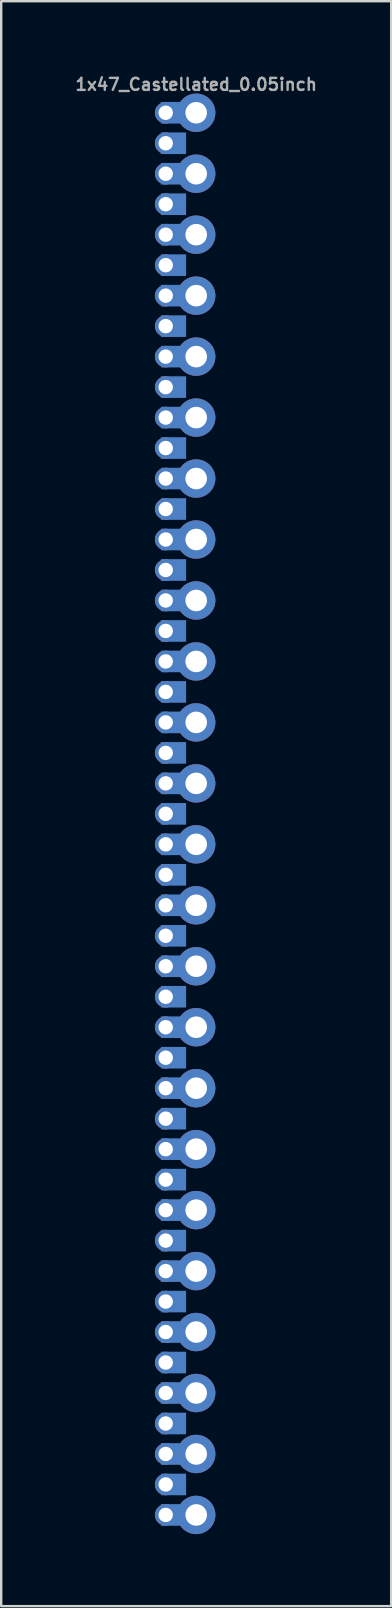
<source format=kicad_pcb>
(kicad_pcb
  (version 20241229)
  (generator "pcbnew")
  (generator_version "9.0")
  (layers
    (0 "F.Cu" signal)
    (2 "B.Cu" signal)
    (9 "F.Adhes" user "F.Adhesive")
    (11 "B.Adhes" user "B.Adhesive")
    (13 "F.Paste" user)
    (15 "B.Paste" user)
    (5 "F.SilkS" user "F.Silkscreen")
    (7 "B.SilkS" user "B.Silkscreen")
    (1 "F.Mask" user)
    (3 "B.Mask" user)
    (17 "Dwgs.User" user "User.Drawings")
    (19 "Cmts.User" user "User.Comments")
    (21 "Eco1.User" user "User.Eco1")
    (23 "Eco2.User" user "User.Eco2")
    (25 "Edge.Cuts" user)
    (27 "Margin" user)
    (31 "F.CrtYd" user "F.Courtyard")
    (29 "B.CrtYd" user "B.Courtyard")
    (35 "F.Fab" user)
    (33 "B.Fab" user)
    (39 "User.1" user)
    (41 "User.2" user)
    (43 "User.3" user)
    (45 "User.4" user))
  (footprint "1x47_Castellated_0.05inch"
    (layer "F.Cu")
    (at 5.124 60.068)
    (property "Reference" "1x47_Castellated_0.05inch" (at 0 -59.6 0) (layer "F.Fab") (effects (font (size 0.5 0.5) (thickness 0.1))))
    (pad "1" thru_hole circle (at -1.27 0) (size 0.9 0.9) (drill 0.6) (property pad_prop_castellated) (layers "*.Cu" "*.Mask") (remove_unused_layers yes) (keep_end_layers yes) (zone_layer_connections))
    (pad "1" smd rect (at -0.945 0) (size 1.05 0.9) (layers "B.Cu" "B.Mask"))
    (pad "1" thru_hole circle (at 0 0 90) (size 1.6 1.6) (drill 0.9) (layers "*.Cu" "F.Mask") (remove_unused_layers yes) (keep_end_layers yes) (zone_layer_connections))
    (pad "2" thru_hole circle (at -1.27 -1.27) (size 0.9 0.9) (drill 0.6) (property pad_prop_castellated) (layers "*.Cu" "*.Mask") (remove_unused_layers yes) (keep_end_layers yes) (zone_layer_connections))
    (pad "2" smd rect (at -0.945 -1.27) (size 1.05 0.9) (layers "B.Cu" "B.Mask"))
    (pad "3" thru_hole circle (at -1.27 -2.54) (size 0.9 0.9) (drill 0.6) (property pad_prop_castellated) (layers "*.Cu" "*.Mask") (remove_unused_layers yes) (keep_end_layers yes) (zone_layer_connections))
    (pad "3" smd rect (at -0.945 -2.54) (size 1.05 0.9) (layers "B.Cu" "B.Mask"))
    (pad "3" thru_hole circle (at 0 -2.54 90) (size 1.6 1.6) (drill 0.9) (layers "*.Cu" "F.Mask") (remove_unused_layers yes) (keep_end_layers yes) (zone_layer_connections))
    (pad "4" thru_hole circle (at -1.27 -3.81) (size 0.9 0.9) (drill 0.6) (property pad_prop_castellated) (layers "*.Cu" "*.Mask") (remove_unused_layers yes) (keep_end_layers yes) (zone_layer_connections))
    (pad "4" smd rect (at -0.945 -3.81) (size 1.05 0.9) (layers "B.Cu" "B.Mask"))
    (pad "5" thru_hole circle (at -1.27 -5.08) (size 0.9 0.9) (drill 0.6) (property pad_prop_castellated) (layers "*.Cu" "*.Mask") (remove_unused_layers yes) (keep_end_layers yes) (zone_layer_connections))
    (pad "5" smd rect (at -0.945 -5.08) (size 1.05 0.9) (layers "B.Cu" "B.Mask"))
    (pad "5" thru_hole circle (at 0 -5.08 90) (size 1.6 1.6) (drill 0.9) (layers "*.Cu" "F.Mask") (remove_unused_layers yes) (keep_end_layers yes) (zone_layer_connections))
    (pad "6" thru_hole circle (at -1.27 -6.35) (size 0.9 0.9) (drill 0.6) (property pad_prop_castellated) (layers "*.Cu" "*.Mask") (remove_unused_layers yes) (keep_end_layers yes) (zone_layer_connections))
    (pad "6" smd rect (at -0.945 -6.35) (size 1.05 0.9) (layers "B.Cu" "B.Mask"))
    (pad "7" thru_hole circle (at -1.27 -7.62) (size 0.9 0.9) (drill 0.6) (property pad_prop_castellated) (layers "*.Cu" "*.Mask") (remove_unused_layers yes) (keep_end_layers yes) (zone_layer_connections))
    (pad "7" smd rect (at -0.945 -7.62) (size 1.05 0.9) (layers "B.Cu" "B.Mask"))
    (pad "7" thru_hole circle (at 0 -7.62 90) (size 1.6 1.6) (drill 0.9) (layers "*.Cu" "F.Mask") (remove_unused_layers yes) (keep_end_layers yes) (zone_layer_connections))
    (pad "8" thru_hole circle (at -1.27 -8.89) (size 0.9 0.9) (drill 0.6) (property pad_prop_castellated) (layers "*.Cu" "*.Mask") (remove_unused_layers yes) (keep_end_layers yes) (zone_layer_connections))
    (pad "8" smd rect (at -0.945 -8.89) (size 1.05 0.9) (layers "B.Cu" "B.Mask"))
    (pad "9" thru_hole circle (at -1.27 -10.16) (size 0.9 0.9) (drill 0.6) (property pad_prop_castellated) (layers "*.Cu" "*.Mask") (remove_unused_layers yes) (keep_end_layers yes) (zone_layer_connections))
    (pad "9" smd rect (at -0.945 -10.16) (size 1.05 0.9) (layers "B.Cu" "B.Mask"))
    (pad "9" thru_hole circle (at 0 -10.16 90) (size 1.6 1.6) (drill 0.9) (layers "*.Cu" "F.Mask") (remove_unused_layers yes) (keep_end_layers yes) (zone_layer_connections))
    (pad "10" thru_hole circle (at -1.27 -11.43) (size 0.9 0.9) (drill 0.6) (property pad_prop_castellated) (layers "*.Cu" "*.Mask") (remove_unused_layers yes) (keep_end_layers yes) (zone_layer_connections))
    (pad "10" smd rect (at -0.945 -11.43) (size 1.05 0.9) (layers "B.Cu" "B.Mask"))
    (pad "11" thru_hole circle (at -1.27 -12.7) (size 0.9 0.9) (drill 0.6) (property pad_prop_castellated) (layers "*.Cu" "*.Mask") (remove_unused_layers yes) (keep_end_layers yes) (zone_layer_connections))
    (pad "11" smd rect (at -0.945 -12.7) (size 1.05 0.9) (layers "B.Cu" "B.Mask"))
    (pad "11" thru_hole circle (at 0 -12.7 90) (size 1.6 1.6) (drill 0.9) (layers "*.Cu" "F.Mask") (remove_unused_layers yes) (keep_end_layers yes) (zone_layer_connections))
    (pad "12" thru_hole circle (at -1.27 -13.97) (size 0.9 0.9) (drill 0.6) (property pad_prop_castellated) (layers "*.Cu" "*.Mask") (remove_unused_layers yes) (keep_end_layers yes) (zone_layer_connections))
    (pad "12" smd rect (at -0.945 -13.97) (size 1.05 0.9) (layers "B.Cu" "B.Mask"))
    (pad "13" thru_hole circle (at -1.27 -15.24) (size 0.9 0.9) (drill 0.6) (property pad_prop_castellated) (layers "*.Cu" "*.Mask") (remove_unused_layers yes) (keep_end_layers yes) (zone_layer_connections))
    (pad "13" smd rect (at -0.945 -15.24) (size 1.05 0.9) (layers "B.Cu" "B.Mask"))
    (pad "13" thru_hole circle (at 0 -15.24 90) (size 1.6 1.6) (drill 0.9) (layers "*.Cu" "F.Mask") (remove_unused_layers yes) (keep_end_layers yes) (zone_layer_connections))
    (pad "14" thru_hole circle (at -1.27 -16.51) (size 0.9 0.9) (drill 0.6) (property pad_prop_castellated) (layers "*.Cu" "*.Mask") (remove_unused_layers yes) (keep_end_layers yes) (zone_layer_connections))
    (pad "14" smd rect (at -0.945 -16.51) (size 1.05 0.9) (layers "B.Cu" "B.Mask"))
    (pad "15" thru_hole circle (at -1.27 -17.78) (size 0.9 0.9) (drill 0.6) (property pad_prop_castellated) (layers "*.Cu" "*.Mask") (remove_unused_layers yes) (keep_end_layers yes) (zone_layer_connections))
    (pad "15" smd rect (at -0.945 -17.78) (size 1.05 0.9) (layers "B.Cu" "B.Mask"))
    (pad "15" thru_hole circle (at 0 -17.78 90) (size 1.6 1.6) (drill 0.9) (layers "*.Cu" "F.Mask") (remove_unused_layers yes) (keep_end_layers yes) (zone_layer_connections))
    (pad "16" thru_hole circle (at -1.27 -19.05) (size 0.9 0.9) (drill 0.6) (property pad_prop_castellated) (layers "*.Cu" "*.Mask") (remove_unused_layers yes) (keep_end_layers yes) (zone_layer_connections))
    (pad "16" smd rect (at -0.945 -19.05) (size 1.05 0.9) (layers "B.Cu" "B.Mask"))
    (pad "17" thru_hole circle (at -1.27 -20.32) (size 0.9 0.9) (drill 0.6) (property pad_prop_castellated) (layers "*.Cu" "*.Mask") (remove_unused_layers yes) (keep_end_layers yes) (zone_layer_connections))
    (pad "17" smd rect (at -0.945 -20.32) (size 1.05 0.9) (layers "B.Cu" "B.Mask"))
    (pad "17" thru_hole circle (at 0 -20.32 90) (size 1.6 1.6) (drill 0.9) (layers "*.Cu" "F.Mask") (remove_unused_layers yes) (keep_end_layers yes) (zone_layer_connections))
    (pad "18" thru_hole circle (at -1.27 -21.59) (size 0.9 0.9) (drill 0.6) (property pad_prop_castellated) (layers "*.Cu" "*.Mask") (remove_unused_layers yes) (keep_end_layers yes) (zone_layer_connections))
    (pad "18" smd rect (at -0.945 -21.59) (size 1.05 0.9) (layers "B.Cu" "B.Mask"))
    (pad "19" thru_hole circle (at -1.27 -22.86) (size 0.9 0.9) (drill 0.6) (property pad_prop_castellated) (layers "*.Cu" "*.Mask") (remove_unused_layers yes) (keep_end_layers yes) (zone_layer_connections))
    (pad "19" smd rect (at -0.945 -22.86) (size 1.05 0.9) (layers "B.Cu" "B.Mask"))
    (pad "19" thru_hole circle (at 0 -22.86 90) (size 1.6 1.6) (drill 0.9) (layers "*.Cu" "F.Mask") (remove_unused_layers yes) (keep_end_layers yes) (zone_layer_connections))
    (pad "20" thru_hole circle (at -1.27 -24.13) (size 0.9 0.9) (drill 0.6) (property pad_prop_castellated) (layers "*.Cu" "*.Mask") (remove_unused_layers yes) (keep_end_layers yes) (zone_layer_connections))
    (pad "20" smd rect (at -0.945 -24.13) (size 1.05 0.9) (layers "B.Cu" "B.Mask"))
    (pad "21" thru_hole circle (at -1.27 -25.4) (size 0.9 0.9) (drill 0.6) (property pad_prop_castellated) (layers "*.Cu" "*.Mask") (remove_unused_layers yes) (keep_end_layers yes) (zone_layer_connections))
    (pad "21" smd rect (at -0.945 -25.4) (size 1.05 0.9) (layers "B.Cu" "B.Mask"))
    (pad "21" thru_hole circle (at 0 -25.4 90) (size 1.6 1.6) (drill 0.9) (layers "*.Cu" "F.Mask") (remove_unused_layers yes) (keep_end_layers yes) (zone_layer_connections))
    (pad "22" thru_hole circle (at -1.27 -26.67) (size 0.9 0.9) (drill 0.6) (property pad_prop_castellated) (layers "*.Cu" "*.Mask") (remove_unused_layers yes) (keep_end_layers yes) (zone_layer_connections))
    (pad "22" smd rect (at -0.945 -26.67) (size 1.05 0.9) (layers "B.Cu" "B.Mask"))
    (pad "23" thru_hole circle (at -1.27 -27.94) (size 0.9 0.9) (drill 0.6) (property pad_prop_castellated) (layers "*.Cu" "*.Mask") (remove_unused_layers yes) (keep_end_layers yes) (zone_layer_connections))
    (pad "23" smd rect (at -0.945 -27.94) (size 1.05 0.9) (layers "B.Cu" "B.Mask"))
    (pad "23" thru_hole circle (at 0 -27.94 90) (size 1.6 1.6) (drill 0.9) (layers "*.Cu" "F.Mask") (remove_unused_layers yes) (keep_end_layers yes) (zone_layer_connections))
    (pad "24" thru_hole circle (at -1.27 -29.21) (size 0.9 0.9) (drill 0.6) (property pad_prop_castellated) (layers "*.Cu" "*.Mask") (remove_unused_layers yes) (keep_end_layers yes) (zone_layer_connections))
    (pad "24" smd rect (at -0.945 -29.21) (size 1.05 0.9) (layers "B.Cu" "B.Mask"))
    (pad "25" thru_hole circle (at -1.27 -30.48) (size 0.9 0.9) (drill 0.6) (property pad_prop_castellated) (layers "*.Cu" "*.Mask") (remove_unused_layers yes) (keep_end_layers yes) (zone_layer_connections))
    (pad "25" smd rect (at -0.945 -30.48) (size 1.05 0.9) (layers "B.Cu" "B.Mask"))
    (pad "25" thru_hole circle (at 0 -30.48 90) (size 1.6 1.6) (drill 0.9) (layers "*.Cu" "F.Mask") (remove_unused_layers yes) (keep_end_layers yes) (zone_layer_connections))
    (pad "26" thru_hole circle (at -1.27 -31.75) (size 0.9 0.9) (drill 0.6) (property pad_prop_castellated) (layers "*.Cu" "*.Mask") (remove_unused_layers yes) (keep_end_layers yes) (zone_layer_connections))
    (pad "26" smd rect (at -0.945 -31.75) (size 1.05 0.9) (layers "B.Cu" "B.Mask"))
    (pad "27" thru_hole circle (at -1.27 -33.02) (size 0.9 0.9) (drill 0.6) (property pad_prop_castellated) (layers "*.Cu" "*.Mask") (remove_unused_layers yes) (keep_end_layers yes) (zone_layer_connections))
    (pad "27" smd rect (at -0.945 -33.02) (size 1.05 0.9) (layers "B.Cu" "B.Mask"))
    (pad "27" thru_hole circle (at 0 -33.02 90) (size 1.6 1.6) (drill 0.9) (layers "*.Cu" "F.Mask") (remove_unused_layers yes) (keep_end_layers yes) (zone_layer_connections))
    (pad "28" thru_hole circle (at -1.27 -34.29) (size 0.9 0.9) (drill 0.6) (property pad_prop_castellated) (layers "*.Cu" "*.Mask") (remove_unused_layers yes) (keep_end_layers yes) (zone_layer_connections))
    (pad "28" smd rect (at -0.945 -34.29) (size 1.05 0.9) (layers "B.Cu" "B.Mask"))
    (pad "29" thru_hole circle (at -1.27 -35.56) (size 0.9 0.9) (drill 0.6) (property pad_prop_castellated) (layers "*.Cu" "*.Mask") (remove_unused_layers yes) (keep_end_layers yes) (zone_layer_connections))
    (pad "29" smd rect (at -0.945 -35.56) (size 1.05 0.9) (layers "B.Cu" "B.Mask"))
    (pad "29" thru_hole circle (at 0 -35.56 90) (size 1.6 1.6) (drill 0.9) (layers "*.Cu" "F.Mask") (remove_unused_layers yes) (keep_end_layers yes) (zone_layer_connections))
    (pad "30" thru_hole circle (at -1.27 -36.83) (size 0.9 0.9) (drill 0.6) (property pad_prop_castellated) (layers "*.Cu" "*.Mask") (remove_unused_layers yes) (keep_end_layers yes) (zone_layer_connections))
    (pad "30" smd rect (at -0.945 -36.83) (size 1.05 0.9) (layers "B.Cu" "B.Mask"))
    (pad "31" thru_hole circle (at -1.27 -38.1) (size 0.9 0.9) (drill 0.6) (property pad_prop_castellated) (layers "*.Cu" "*.Mask") (remove_unused_layers yes) (keep_end_layers yes) (zone_layer_connections))
    (pad "31" smd rect (at -0.945 -38.1) (size 1.05 0.9) (layers "B.Cu" "B.Mask"))
    (pad "31" thru_hole circle (at 0 -38.1 90) (size 1.6 1.6) (drill 0.9) (layers "*.Cu" "F.Mask") (remove_unused_layers yes) (keep_end_layers yes) (zone_layer_connections))
    (pad "32" thru_hole circle (at -1.27 -39.37) (size 0.9 0.9) (drill 0.6) (property pad_prop_castellated) (layers "*.Cu" "*.Mask") (remove_unused_layers yes) (keep_end_layers yes) (zone_layer_connections))
    (pad "32" smd rect (at -0.945 -39.37) (size 1.05 0.9) (layers "B.Cu" "B.Mask"))
    (pad "33" thru_hole circle (at -1.27 -40.64) (size 0.9 0.9) (drill 0.6) (property pad_prop_castellated) (layers "*.Cu" "*.Mask") (remove_unused_layers yes) (keep_end_layers yes) (zone_layer_connections))
    (pad "33" smd rect (at -0.945 -40.64) (size 1.05 0.9) (layers "B.Cu" "B.Mask"))
    (pad "33" thru_hole circle (at 0 -40.64 90) (size 1.6 1.6) (drill 0.9) (layers "*.Cu" "F.Mask") (remove_unused_layers yes) (keep_end_layers yes) (zone_layer_connections))
    (pad "34" thru_hole circle (at -1.27 -41.91) (size 0.9 0.9) (drill 0.6) (property pad_prop_castellated) (layers "*.Cu" "*.Mask") (remove_unused_layers yes) (keep_end_layers yes) (zone_layer_connections))
    (pad "34" smd rect (at -0.945 -41.91) (size 1.05 0.9) (layers "B.Cu" "B.Mask"))
    (pad "35" thru_hole circle (at -1.27 -43.18) (size 0.9 0.9) (drill 0.6) (property pad_prop_castellated) (layers "*.Cu" "*.Mask") (remove_unused_layers yes) (keep_end_layers yes) (zone_layer_connections))
    (pad "35" smd rect (at -0.945 -43.18) (size 1.05 0.9) (layers "B.Cu" "B.Mask"))
    (pad "35" thru_hole circle (at 0 -43.18 90) (size 1.6 1.6) (drill 0.9) (layers "*.Cu" "F.Mask") (remove_unused_layers yes) (keep_end_layers yes) (zone_layer_connections))
    (pad "36" thru_hole circle (at -1.27 -44.45) (size 0.9 0.9) (drill 0.6) (property pad_prop_castellated) (layers "*.Cu" "*.Mask") (remove_unused_layers yes) (keep_end_layers yes) (zone_layer_connections))
    (pad "36" smd rect (at -0.945 -44.45) (size 1.05 0.9) (layers "B.Cu" "B.Mask"))
    (pad "37" thru_hole circle (at -1.27 -45.72) (size 0.9 0.9) (drill 0.6) (property pad_prop_castellated) (layers "*.Cu" "*.Mask") (remove_unused_layers yes) (keep_end_layers yes) (zone_layer_connections))
    (pad "37" smd rect (at -0.945 -45.72) (size 1.05 0.9) (layers "B.Cu" "B.Mask"))
    (pad "37" thru_hole circle (at 0 -45.72 90) (size 1.6 1.6) (drill 0.9) (layers "*.Cu" "F.Mask") (remove_unused_layers yes) (keep_end_layers yes) (zone_layer_connections))
    (pad "38" thru_hole circle (at -1.27 -46.99) (size 0.9 0.9) (drill 0.6) (property pad_prop_castellated) (layers "*.Cu" "*.Mask") (remove_unused_layers yes) (keep_end_layers yes) (zone_layer_connections))
    (pad "38" smd rect (at -0.945 -46.99) (size 1.05 0.9) (layers "B.Cu" "B.Mask"))
    (pad "39" thru_hole circle (at -1.27 -48.26) (size 0.9 0.9) (drill 0.6) (property pad_prop_castellated) (layers "*.Cu" "*.Mask") (remove_unused_layers yes) (keep_end_layers yes) (zone_layer_connections))
    (pad "39" smd rect (at -0.945 -48.26) (size 1.05 0.9) (layers "B.Cu" "B.Mask"))
    (pad "39" thru_hole circle (at 0 -48.26 90) (size 1.6 1.6) (drill 0.9) (layers "*.Cu" "F.Mask") (remove_unused_layers yes) (keep_end_layers yes) (zone_layer_connections))
    (pad "40" thru_hole circle (at -1.27 -49.53) (size 0.9 0.9) (drill 0.6) (property pad_prop_castellated) (layers "*.Cu" "*.Mask") (remove_unused_layers yes) (keep_end_layers yes) (zone_layer_connections))
    (pad "40" smd rect (at -0.945 -49.53) (size 1.05 0.9) (layers "B.Cu" "B.Mask"))
    (pad "41" thru_hole circle (at -1.27 -50.8) (size 0.9 0.9) (drill 0.6) (property pad_prop_castellated) (layers "*.Cu" "*.Mask") (remove_unused_layers yes) (keep_end_layers yes) (zone_layer_connections))
    (pad "41" smd rect (at -0.945 -50.8) (size 1.05 0.9) (layers "B.Cu" "B.Mask"))
    (pad "41" thru_hole circle (at 0 -50.8 90) (size 1.6 1.6) (drill 0.9) (layers "*.Cu" "F.Mask") (remove_unused_layers yes) (keep_end_layers yes) (zone_layer_connections))
    (pad "42" thru_hole circle (at -1.27 -52.07) (size 0.9 0.9) (drill 0.6) (property pad_prop_castellated) (layers "*.Cu" "*.Mask") (remove_unused_layers yes) (keep_end_layers yes) (zone_layer_connections))
    (pad "42" smd rect (at -0.945 -52.07) (size 1.05 0.9) (layers "B.Cu" "B.Mask"))
    (pad "43" thru_hole circle (at -1.27 -53.34) (size 0.9 0.9) (drill 0.6) (property pad_prop_castellated) (layers "*.Cu" "*.Mask") (remove_unused_layers yes) (keep_end_layers yes) (zone_layer_connections))
    (pad "43" smd rect (at -0.945 -53.34) (size 1.05 0.9) (layers "B.Cu" "B.Mask"))
    (pad "43" thru_hole circle (at 0 -53.34 90) (size 1.6 1.6) (drill 0.9) (layers "*.Cu" "F.Mask") (remove_unused_layers yes) (keep_end_layers yes) (zone_layer_connections))
    (pad "44" thru_hole circle (at -1.27 -54.61) (size 0.9 0.9) (drill 0.6) (property pad_prop_castellated) (layers "*.Cu" "*.Mask") (remove_unused_layers yes) (keep_end_layers yes) (zone_layer_connections))
    (pad "44" smd rect (at -0.945 -54.61) (size 1.05 0.9) (layers "B.Cu" "B.Mask"))
    (pad "45" thru_hole circle (at -1.27 -55.88) (size 0.9 0.9) (drill 0.6) (property pad_prop_castellated) (layers "*.Cu" "*.Mask") (remove_unused_layers yes) (keep_end_layers yes) (zone_layer_connections))
    (pad "45" smd rect (at -0.945 -55.88) (size 1.05 0.9) (layers "B.Cu" "B.Mask"))
    (pad "45" thru_hole circle (at 0 -55.88 90) (size 1.6 1.6) (drill 0.9) (layers "*.Cu" "F.Mask") (remove_unused_layers yes) (keep_end_layers yes) (zone_layer_connections))
    (pad "46" thru_hole circle (at -1.27 -57.15) (size 0.9 0.9) (drill 0.6) (property pad_prop_castellated) (layers "*.Cu" "*.Mask") (remove_unused_layers yes) (keep_end_layers yes) (zone_layer_connections))
    (pad "46" smd rect (at -0.945 -57.15) (size 1.05 0.9) (layers "B.Cu" "B.Mask"))
    (pad "47" thru_hole circle (at -1.27 -58.42) (size 0.9 0.9) (drill 0.6) (property pad_prop_castellated) (layers "*.Cu" "*.Mask") (remove_unused_layers yes) (keep_end_layers yes) (zone_layer_connections))
    (pad "47" smd rect (at -0.945 -58.42) (size 1.05 0.9) (layers "B.Cu" "B.Mask"))
    (pad "47" thru_hole circle (at 0 -58.42 90) (size 1.6 1.6) (drill 0.9) (layers "*.Cu" "F.Mask") (remove_unused_layers yes) (keep_end_layers yes) (zone_layer_connections)))
  (gr_rect
    (start -3 -3)
    (end 13.248 63.868)
    (stroke (width 0.1) (type default))
    (fill no)
    (layer "Edge.Cuts")))
</source>
